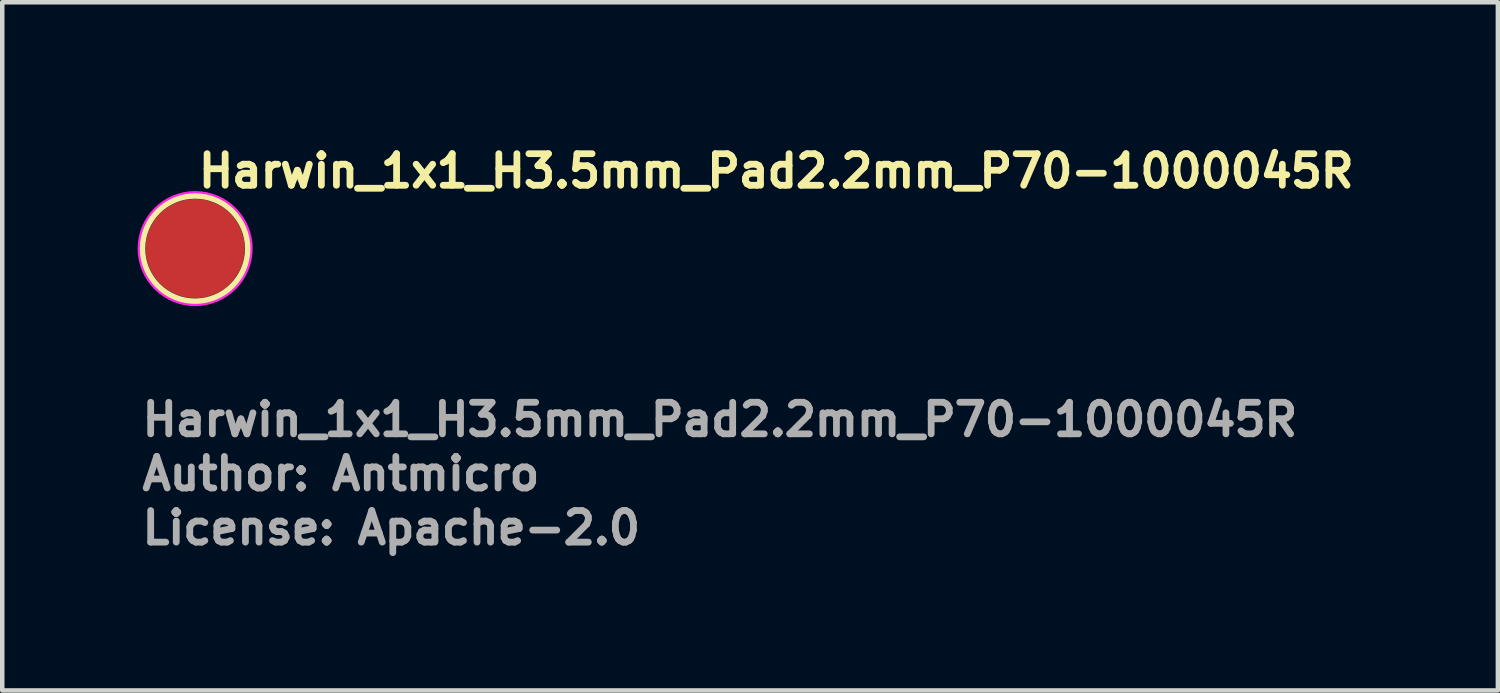
<source format=kicad_pcb>
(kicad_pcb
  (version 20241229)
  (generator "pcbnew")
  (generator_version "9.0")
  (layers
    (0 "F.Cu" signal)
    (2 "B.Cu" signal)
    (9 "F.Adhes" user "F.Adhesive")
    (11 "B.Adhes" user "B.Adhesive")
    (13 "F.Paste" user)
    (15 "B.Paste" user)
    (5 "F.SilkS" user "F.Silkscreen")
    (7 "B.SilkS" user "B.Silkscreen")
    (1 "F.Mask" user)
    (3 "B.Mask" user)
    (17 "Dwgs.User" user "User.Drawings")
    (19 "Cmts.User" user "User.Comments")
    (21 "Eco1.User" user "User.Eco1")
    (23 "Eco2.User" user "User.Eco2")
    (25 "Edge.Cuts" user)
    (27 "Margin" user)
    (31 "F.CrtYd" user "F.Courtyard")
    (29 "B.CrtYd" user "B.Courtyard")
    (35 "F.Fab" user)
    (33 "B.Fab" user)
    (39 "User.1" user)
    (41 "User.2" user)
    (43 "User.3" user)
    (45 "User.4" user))
  (footprint "Harwin_1x1_H3.5mm_Pad2.2mm_P70-1000045R"
    (layer "F.Cu")
    (at 1.275 2.46)
    (property "Reference" "Harwin_1x1_H3.5mm_Pad2.2mm_P70-1000045R" (at 0 -1.31 0) (layer "F.SilkS") (effects (font (size 0.7 0.7) (thickness 0.15)) (justify left bottom)))
    (attr smd)
    (fp_circle (center 0 0) (end 1.18 0) (stroke (width 0.15) (type solid)) (fill no) (layer "F.SilkS"))
    (fp_circle (center 0 0) (end 0 -1.25) (stroke (width 0.05) (type solid)) (fill no) (layer "F.CrtYd"))
    (fp_rect (start -1 -1) (end 1 1) (stroke (width 0.1) (type solid)) (fill no) (layer "User.5"))
    (fp_line (start -0.996 -0.087) (end -1 0) (stroke (width 0.02) (type solid)) (layer "User.9"))
    (fp_line (start -0.996 0.087) (end -1 0) (stroke (width 0.02) (type solid)) (layer "User.9"))
    (fp_line (start -0.985 -0.174) (end -0.996 -0.087) (stroke (width 0.02) (type solid)) (layer "User.9"))
    (fp_line (start -0.985 0.174) (end -0.996 0.087) (stroke (width 0.02) (type solid)) (layer "User.9"))
    (fp_line (start -0.966 -0.259) (end -0.985 -0.174) (stroke (width 0.02) (type solid)) (layer "User.9"))
    (fp_line (start -0.966 0.259) (end -0.985 0.174) (stroke (width 0.02) (type solid)) (layer "User.9"))
    (fp_line (start -0.94 -0.342) (end -0.966 -0.259) (stroke (width 0.02) (type solid)) (layer "User.9"))
    (fp_line (start -0.94 0.342) (end -0.966 0.259) (stroke (width 0.02) (type solid)) (layer "User.9"))
    (fp_line (start -0.906 -0.423) (end -0.94 -0.342) (stroke (width 0.02) (type solid)) (layer "User.9"))
    (fp_line (start -0.906 0.423) (end -0.94 0.342) (stroke (width 0.02) (type solid)) (layer "User.9"))
    (fp_line (start -0.866 -0.5) (end -0.906 -0.423) (stroke (width 0.02) (type solid)) (layer "User.9"))
    (fp_line (start -0.866 0.5) (end -0.906 0.423) (stroke (width 0.02) (type solid)) (layer "User.9"))
    (fp_line (start -0.819 -0.574) (end -0.866 -0.5) (stroke (width 0.02) (type solid)) (layer "User.9"))
    (fp_line (start -0.819 0.574) (end -0.866 0.5) (stroke (width 0.02) (type solid)) (layer "User.9"))
    (fp_line (start -0.796 -0.078) (end -0.8 0) (stroke (width 0.02) (type solid)) (layer "User.9"))
    (fp_line (start -0.796 0.078) (end -0.8 0) (stroke (width 0.02) (type solid)) (layer "User.9"))
    (fp_line (start -0.785 -0.156) (end -0.796 -0.078) (stroke (width 0.02) (type solid)) (layer "User.9"))
    (fp_line (start -0.785 0.156) (end -0.796 0.078) (stroke (width 0.02) (type solid)) (layer "User.9"))
    (fp_line (start -0.766 -0.643) (end -0.819 -0.574) (stroke (width 0.02) (type solid)) (layer "User.9"))
    (fp_line (start -0.766 -0.232) (end -0.785 -0.156) (stroke (width 0.02) (type solid)) (layer "User.9"))
    (fp_line (start -0.766 0.232) (end -0.785 0.156) (stroke (width 0.02) (type solid)) (layer "User.9"))
    (fp_line (start -0.766 0.643) (end -0.819 0.574) (stroke (width 0.02) (type solid)) (layer "User.9"))
    (fp_line (start -0.746 -0.076) (end -0.75 0) (stroke (width 0.02) (type solid)) (layer "User.9"))
    (fp_line (start -0.746 -0.076) (end -0.75 0) (stroke (width 0.02) (type solid)) (layer "User.9"))
    (fp_line (start -0.746 0.076) (end -0.75 0) (stroke (width 0.02) (type solid)) (layer "User.9"))
    (fp_line (start -0.746 0.076) (end -0.75 0) (stroke (width 0.02) (type solid)) (layer "User.9"))
    (fp_line (start -0.739 -0.306) (end -0.766 -0.232) (stroke (width 0.02) (type solid)) (layer "User.9"))
    (fp_line (start -0.739 0.306) (end -0.766 0.232) (stroke (width 0.02) (type solid)) (layer "User.9"))
    (fp_line (start -0.735 -0.151) (end -0.746 -0.076) (stroke (width 0.02) (type solid)) (layer "User.9"))
    (fp_line (start -0.735 -0.151) (end -0.746 -0.076) (stroke (width 0.02) (type solid)) (layer "User.9"))
    (fp_line (start -0.735 0.151) (end -0.746 0.076) (stroke (width 0.02) (type solid)) (layer "User.9"))
    (fp_line (start -0.735 0.151) (end -0.746 0.076) (stroke (width 0.02) (type solid)) (layer "User.9"))
    (fp_line (start -0.716 -0.225) (end -0.735 -0.151) (stroke (width 0.02) (type solid)) (layer "User.9"))
    (fp_line (start -0.716 -0.225) (end -0.735 -0.151) (stroke (width 0.02) (type solid)) (layer "User.9"))
    (fp_line (start -0.716 0.225) (end -0.735 0.151) (stroke (width 0.02) (type solid)) (layer "User.9"))
    (fp_line (start -0.716 0.225) (end -0.735 0.151) (stroke (width 0.02) (type solid)) (layer "User.9"))
    (fp_line (start -0.707 -0.707) (end -0.766 -0.643) (stroke (width 0.02) (type solid)) (layer "User.9"))
    (fp_line (start -0.707 0.707) (end -0.766 0.643) (stroke (width 0.02) (type solid)) (layer "User.9"))
    (fp_line (start -0.706 -0.377) (end -0.739 -0.306) (stroke (width 0.02) (type solid)) (layer "User.9"))
    (fp_line (start -0.706 0.377) (end -0.739 0.306) (stroke (width 0.02) (type solid)) (layer "User.9"))
    (fp_line (start -0.689 -0.296) (end -0.716 -0.225) (stroke (width 0.02) (type solid)) (layer "User.9"))
    (fp_line (start -0.689 -0.296) (end -0.716 -0.225) (stroke (width 0.02) (type solid)) (layer "User.9"))
    (fp_line (start -0.689 0.296) (end -0.716 0.225) (stroke (width 0.02) (type solid)) (layer "User.9"))
    (fp_line (start -0.689 0.296) (end -0.716 0.225) (stroke (width 0.02) (type solid)) (layer "User.9"))
    (fp_line (start -0.665 -0.444) (end -0.706 -0.377) (stroke (width 0.02) (type solid)) (layer "User.9"))
    (fp_line (start -0.665 0.444) (end -0.706 0.377) (stroke (width 0.02) (type solid)) (layer "User.9"))
    (fp_line (start -0.656 -0.364) (end -0.689 -0.296) (stroke (width 0.02) (type solid)) (layer "User.9"))
    (fp_line (start -0.656 -0.364) (end -0.689 -0.296) (stroke (width 0.02) (type solid)) (layer "User.9"))
    (fp_line (start -0.656 0.364) (end -0.689 0.296) (stroke (width 0.02) (type solid)) (layer "User.9"))
    (fp_line (start -0.656 0.364) (end -0.689 0.296) (stroke (width 0.02) (type solid)) (layer "User.9"))
    (fp_line (start -0.643 -0.766) (end -0.707 -0.707) (stroke (width 0.02) (type solid)) (layer "User.9"))
    (fp_line (start -0.643 0.766) (end -0.707 0.707) (stroke (width 0.02) (type solid)) (layer "User.9"))
    (fp_line (start -0.618 -0.508) (end -0.665 -0.444) (stroke (width 0.02) (type solid)) (layer "User.9"))
    (fp_line (start -0.618 0.508) (end -0.665 0.444) (stroke (width 0.02) (type solid)) (layer "User.9"))
    (fp_line (start -0.616 -0.428) (end -0.656 -0.364) (stroke (width 0.02) (type solid)) (layer "User.9"))
    (fp_line (start -0.616 -0.428) (end -0.656 -0.364) (stroke (width 0.02) (type solid)) (layer "User.9"))
    (fp_line (start -0.616 0.428) (end -0.656 0.364) (stroke (width 0.02) (type solid)) (layer "User.9"))
    (fp_line (start -0.616 0.428) (end -0.656 0.364) (stroke (width 0.02) (type solid)) (layer "User.9"))
    (fp_line (start -0.574 -0.819) (end -0.643 -0.766) (stroke (width 0.02) (type solid)) (layer "User.9"))
    (fp_line (start -0.574 0.819) (end -0.643 0.766) (stroke (width 0.02) (type solid)) (layer "User.9"))
    (fp_line (start -0.569 -0.489) (end -0.616 -0.428) (stroke (width 0.02) (type solid)) (layer "User.9"))
    (fp_line (start -0.569 -0.489) (end -0.616 -0.428) (stroke (width 0.02) (type solid)) (layer "User.9"))
    (fp_line (start -0.569 0.489) (end -0.616 0.428) (stroke (width 0.02) (type solid)) (layer "User.9"))
    (fp_line (start -0.569 0.489) (end -0.616 0.428) (stroke (width 0.02) (type solid)) (layer "User.9"))
    (fp_line (start -0.566 -0.566) (end -0.618 -0.508) (stroke (width 0.02) (type solid)) (layer "User.9"))
    (fp_line (start -0.566 0.566) (end -0.618 0.508) (stroke (width 0.02) (type solid)) (layer "User.9"))
    (fp_line (start -0.546 -0.064) (end -0.55 0) (stroke (width 0.02) (type solid)) (layer "User.9"))
    (fp_line (start -0.546 0.064) (end -0.55 0) (stroke (width 0.02) (type solid)) (layer "User.9"))
    (fp_line (start -0.535 -0.127) (end -0.546 -0.064) (stroke (width 0.02) (type solid)) (layer "User.9"))
    (fp_line (start -0.535 0.127) (end -0.546 0.064) (stroke (width 0.02) (type solid)) (layer "User.9"))
    (fp_line (start -0.517 -0.544) (end -0.569 -0.489) (stroke (width 0.02) (type solid)) (layer "User.9"))
    (fp_line (start -0.517 -0.544) (end -0.569 -0.489) (stroke (width 0.02) (type solid)) (layer "User.9"))
    (fp_line (start -0.517 -0.188) (end -0.535 -0.127) (stroke (width 0.02) (type solid)) (layer "User.9"))
    (fp_line (start -0.517 0.188) (end -0.535 0.127) (stroke (width 0.02) (type solid)) (layer "User.9"))
    (fp_line (start -0.517 0.544) (end -0.569 0.489) (stroke (width 0.02) (type solid)) (layer "User.9"))
    (fp_line (start -0.517 0.544) (end -0.569 0.489) (stroke (width 0.02) (type solid)) (layer "User.9"))
    (fp_line (start -0.508 -0.618) (end -0.566 -0.566) (stroke (width 0.02) (type solid)) (layer "User.9"))
    (fp_line (start -0.508 0.618) (end -0.566 0.566) (stroke (width 0.02) (type solid)) (layer "User.9"))
    (fp_line (start -0.5 -0.866) (end -0.574 -0.819) (stroke (width 0.02) (type solid)) (layer "User.9"))
    (fp_line (start -0.5 0.866) (end -0.574 0.819) (stroke (width 0.02) (type solid)) (layer "User.9"))
    (fp_line (start -0.491 -0.247) (end -0.517 -0.188) (stroke (width 0.02) (type solid)) (layer "User.9"))
    (fp_line (start -0.491 0.247) (end -0.517 0.188) (stroke (width 0.02) (type solid)) (layer "User.9"))
    (fp_line (start -0.46 -0.302) (end -0.491 -0.247) (stroke (width 0.02) (type solid)) (layer "User.9"))
    (fp_line (start -0.46 0.302) (end -0.491 0.247) (stroke (width 0.02) (type solid)) (layer "User.9"))
    (fp_line (start -0.459 -0.593) (end -0.517 -0.544) (stroke (width 0.02) (type solid)) (layer "User.9"))
    (fp_line (start -0.459 -0.593) (end -0.517 -0.544) (stroke (width 0.02) (type solid)) (layer "User.9"))
    (fp_line (start -0.459 0.593) (end -0.517 0.544) (stroke (width 0.02) (type solid)) (layer "User.9"))
    (fp_line (start -0.459 0.593) (end -0.517 0.544) (stroke (width 0.02) (type solid)) (layer "User.9"))
    (fp_line (start -0.446 -0.059) (end -0.45 0) (stroke (width 0.02) (type solid)) (layer "User.9"))
    (fp_line (start -0.446 -0.059) (end -0.45 0) (stroke (width 0.02) (type solid)) (layer "User.9"))
    (fp_line (start -0.446 0.059) (end -0.45 0) (stroke (width 0.02) (type solid)) (layer "User.9"))
    (fp_line (start -0.446 0.059) (end -0.45 0) (stroke (width 0.02) (type solid)) (layer "User.9"))
    (fp_line (start -0.444 -0.665) (end -0.508 -0.618) (stroke (width 0.02) (type solid)) (layer "User.9"))
    (fp_line (start -0.444 0.665) (end -0.508 0.618) (stroke (width 0.02) (type solid)) (layer "User.9"))
    (fp_line (start -0.435 -0.116) (end -0.446 -0.059) (stroke (width 0.02) (type solid)) (layer "User.9"))
    (fp_line (start -0.435 -0.116) (end -0.446 -0.059) (stroke (width 0.02) (type solid)) (layer "User.9"))
    (fp_line (start -0.435 0.116) (end -0.446 0.059) (stroke (width 0.02) (type solid)) (layer "User.9"))
    (fp_line (start -0.435 0.116) (end -0.446 0.059) (stroke (width 0.02) (type solid)) (layer "User.9"))
    (fp_line (start -0.423 -0.906) (end -0.5 -0.866) (stroke (width 0.02) (type solid)) (layer "User.9"))
    (fp_line (start -0.423 0.906) (end -0.5 0.866) (stroke (width 0.02) (type solid)) (layer "User.9"))
    (fp_line (start -0.421 -0.354) (end -0.46 -0.302) (stroke (width 0.02) (type solid)) (layer "User.9"))
    (fp_line (start -0.421 0.354) (end -0.46 0.302) (stroke (width 0.02) (type solid)) (layer "User.9"))
    (fp_line (start -0.416 -0.172) (end -0.435 -0.116) (stroke (width 0.02) (type solid)) (layer "User.9"))
    (fp_line (start -0.416 -0.172) (end -0.435 -0.116) (stroke (width 0.02) (type solid)) (layer "User.9"))
    (fp_line (start -0.416 0.172) (end -0.435 0.116) (stroke (width 0.02) (type solid)) (layer "User.9"))
    (fp_line (start -0.416 0.172) (end -0.435 0.116) (stroke (width 0.02) (type solid)) (layer "User.9"))
    (fp_line (start -0.397 -0.636) (end -0.459 -0.593) (stroke (width 0.02) (type solid)) (layer "User.9"))
    (fp_line (start -0.397 -0.636) (end -0.459 -0.593) (stroke (width 0.02) (type solid)) (layer "User.9"))
    (fp_line (start -0.397 0.636) (end -0.459 0.593) (stroke (width 0.02) (type solid)) (layer "User.9"))
    (fp_line (start -0.397 0.636) (end -0.459 0.593) (stroke (width 0.02) (type solid)) (layer "User.9"))
    (fp_line (start -0.39 -0.225) (end -0.416 -0.172) (stroke (width 0.02) (type solid)) (layer "User.9"))
    (fp_line (start -0.39 -0.225) (end -0.416 -0.172) (stroke (width 0.02) (type solid)) (layer "User.9"))
    (fp_line (start -0.39 0.225) (end -0.416 0.172) (stroke (width 0.02) (type solid)) (layer "User.9"))
    (fp_line (start -0.39 0.225) (end -0.416 0.172) (stroke (width 0.02) (type solid)) (layer "User.9"))
    (fp_line (start -0.377 -0.706) (end -0.444 -0.665) (stroke (width 0.02) (type solid)) (layer "User.9"))
    (fp_line (start -0.377 -0.4) (end -0.421 -0.354) (stroke (width 0.02) (type solid)) (layer "User.9"))
    (fp_line (start -0.377 0.4) (end -0.421 0.354) (stroke (width 0.02) (type solid)) (layer "User.9"))
    (fp_line (start -0.377 0.706) (end -0.444 0.665) (stroke (width 0.02) (type solid)) (layer "User.9"))
    (fp_line (start -0.357 -0.274) (end -0.39 -0.225) (stroke (width 0.02) (type solid)) (layer "User.9"))
    (fp_line (start -0.357 -0.274) (end -0.39 -0.225) (stroke (width 0.02) (type solid)) (layer "User.9"))
    (fp_line (start -0.357 0.274) (end -0.39 0.225) (stroke (width 0.02) (type solid)) (layer "User.9"))
    (fp_line (start -0.357 0.274) (end -0.39 0.225) (stroke (width 0.02) (type solid)) (layer "User.9"))
    (fp_line (start -0.342 -0.94) (end -0.423 -0.906) (stroke (width 0.02) (type solid)) (layer "User.9"))
    (fp_line (start -0.342 0.94) (end -0.423 0.906) (stroke (width 0.02) (type solid)) (layer "User.9"))
    (fp_line (start -0.33 -0.673) (end -0.397 -0.636) (stroke (width 0.02) (type solid)) (layer "User.9"))
    (fp_line (start -0.33 -0.673) (end -0.397 -0.636) (stroke (width 0.02) (type solid)) (layer "User.9"))
    (fp_line (start -0.33 0.673) (end -0.397 0.636) (stroke (width 0.02) (type solid)) (layer "User.9"))
    (fp_line (start -0.33 0.673) (end -0.397 0.636) (stroke (width 0.02) (type solid)) (layer "User.9"))
    (fp_line (start -0.328 -0.441) (end -0.377 -0.4) (stroke (width 0.02) (type solid)) (layer "User.9"))
    (fp_line (start -0.328 0.441) (end -0.377 0.4) (stroke (width 0.02) (type solid)) (layer "User.9"))
    (fp_line (start -0.318 -0.318) (end -0.357 -0.274) (stroke (width 0.02) (type solid)) (layer "User.9"))
    (fp_line (start -0.318 -0.318) (end -0.357 -0.274) (stroke (width 0.02) (type solid)) (layer "User.9"))
    (fp_line (start -0.318 0.318) (end -0.357 0.274) (stroke (width 0.02) (type solid)) (layer "User.9"))
    (fp_line (start -0.318 0.318) (end -0.357 0.274) (stroke (width 0.02) (type solid)) (layer "User.9"))
    (fp_line (start -0.306 -0.739) (end -0.377 -0.706) (stroke (width 0.02) (type solid)) (layer "User.9"))
    (fp_line (start -0.306 0.739) (end -0.377 0.706) (stroke (width 0.02) (type solid)) (layer "User.9"))
    (fp_line (start -0.275 -0.476) (end -0.328 -0.441) (stroke (width 0.02) (type solid)) (layer "User.9"))
    (fp_line (start -0.275 0.476) (end -0.328 0.441) (stroke (width 0.02) (type solid)) (layer "User.9"))
    (fp_line (start -0.274 -0.357) (end -0.318 -0.318) (stroke (width 0.02) (type solid)) (layer "User.9"))
    (fp_line (start -0.274 -0.357) (end -0.318 -0.318) (stroke (width 0.02) (type solid)) (layer "User.9"))
    (fp_line (start -0.274 0.357) (end -0.318 0.318) (stroke (width 0.02) (type solid)) (layer "User.9"))
    (fp_line (start -0.274 0.357) (end -0.318 0.318) (stroke (width 0.02) (type solid)) (layer "User.9"))
    (fp_line (start -0.26 -0.703) (end -0.33 -0.673) (stroke (width 0.02) (type solid)) (layer "User.9"))
    (fp_line (start -0.26 -0.703) (end -0.33 -0.673) (stroke (width 0.02) (type solid)) (layer "User.9"))
    (fp_line (start -0.26 0.703) (end -0.33 0.673) (stroke (width 0.02) (type solid)) (layer "User.9"))
    (fp_line (start -0.26 0.703) (end -0.33 0.673) (stroke (width 0.02) (type solid)) (layer "User.9"))
    (fp_line (start -0.259 -0.966) (end -0.342 -0.94) (stroke (width 0.02) (type solid)) (layer "User.9"))
    (fp_line (start -0.259 0.966) (end -0.342 0.94) (stroke (width 0.02) (type solid)) (layer "User.9"))
    (fp_line (start -0.232 -0.766) (end -0.306 -0.739) (stroke (width 0.02) (type solid)) (layer "User.9"))
    (fp_line (start -0.232 0.766) (end -0.306 0.739) (stroke (width 0.02) (type solid)) (layer "User.9"))
    (fp_line (start -0.225 -0.39) (end -0.274 -0.357) (stroke (width 0.02) (type solid)) (layer "User.9"))
    (fp_line (start -0.225 -0.39) (end -0.274 -0.357) (stroke (width 0.02) (type solid)) (layer "User.9"))
    (fp_line (start -0.225 0.39) (end -0.274 0.357) (stroke (width 0.02) (type solid)) (layer "User.9"))
    (fp_line (start -0.225 0.39) (end -0.274 0.357) (stroke (width 0.02) (type solid)) (layer "User.9"))
    (fp_line (start -0.218 -0.505) (end -0.275 -0.476) (stroke (width 0.02) (type solid)) (layer "User.9"))
    (fp_line (start -0.218 0.505) (end -0.275 0.476) (stroke (width 0.02) (type solid)) (layer "User.9"))
    (fp_line (start -0.188 -0.726) (end -0.26 -0.703) (stroke (width 0.02) (type solid)) (layer "User.9"))
    (fp_line (start -0.188 -0.726) (end -0.26 -0.703) (stroke (width 0.02) (type solid)) (layer "User.9"))
    (fp_line (start -0.188 0.726) (end -0.26 0.703) (stroke (width 0.02) (type solid)) (layer "User.9"))
    (fp_line (start -0.188 0.726) (end -0.26 0.703) (stroke (width 0.02) (type solid)) (layer "User.9"))
    (fp_line (start -0.174 -0.985) (end -0.259 -0.966) (stroke (width 0.02) (type solid)) (layer "User.9"))
    (fp_line (start -0.174 0.985) (end -0.259 0.966) (stroke (width 0.02) (type solid)) (layer "User.9"))
    (fp_line (start -0.172 -0.416) (end -0.225 -0.39) (stroke (width 0.02) (type solid)) (layer "User.9"))
    (fp_line (start -0.172 -0.416) (end -0.225 -0.39) (stroke (width 0.02) (type solid)) (layer "User.9"))
    (fp_line (start -0.172 0.416) (end -0.225 0.39) (stroke (width 0.02) (type solid)) (layer "User.9"))
    (fp_line (start -0.172 0.416) (end -0.225 0.39) (stroke (width 0.02) (type solid)) (layer "User.9"))
    (fp_line (start -0.158 -0.527) (end -0.218 -0.505) (stroke (width 0.02) (type solid)) (layer "User.9"))
    (fp_line (start -0.158 0.527) (end -0.218 0.505) (stroke (width 0.02) (type solid)) (layer "User.9"))
    (fp_line (start -0.156 -0.785) (end -0.232 -0.766) (stroke (width 0.02) (type solid)) (layer "User.9"))
    (fp_line (start -0.156 0.785) (end -0.232 0.766) (stroke (width 0.02) (type solid)) (layer "User.9"))
    (fp_line (start -0.116 -0.435) (end -0.172 -0.416) (stroke (width 0.02) (type solid)) (layer "User.9"))
    (fp_line (start -0.116 -0.435) (end -0.172 -0.416) (stroke (width 0.02) (type solid)) (layer "User.9"))
    (fp_line (start -0.116 0.435) (end -0.172 0.416) (stroke (width 0.02) (type solid)) (layer "User.9"))
    (fp_line (start -0.116 0.435) (end -0.172 0.416) (stroke (width 0.02) (type solid)) (layer "User.9"))
    (fp_line (start -0.114 -0.741) (end -0.188 -0.726) (stroke (width 0.02) (type solid)) (layer "User.9"))
    (fp_line (start -0.114 -0.741) (end -0.188 -0.726) (stroke (width 0.02) (type solid)) (layer "User.9"))
    (fp_line (start -0.114 0.741) (end -0.188 0.726) (stroke (width 0.02) (type solid)) (layer "User.9"))
    (fp_line (start -0.114 0.741) (end -0.188 0.726) (stroke (width 0.02) (type solid)) (layer "User.9"))
    (fp_line (start -0.096 -0.542) (end -0.158 -0.527) (stroke (width 0.02) (type solid)) (layer "User.9"))
    (fp_line (start -0.096 0.542) (end -0.158 0.527) (stroke (width 0.02) (type solid)) (layer "User.9"))
    (fp_line (start -0.087 -0.996) (end -0.174 -0.985) (stroke (width 0.02) (type solid)) (layer "User.9"))
    (fp_line (start -0.087 0.996) (end -0.174 0.985) (stroke (width 0.02) (type solid)) (layer "User.9"))
    (fp_line (start -0.078 -0.796) (end -0.156 -0.785) (stroke (width 0.02) (type solid)) (layer "User.9"))
    (fp_line (start -0.078 0.796) (end -0.156 0.785) (stroke (width 0.02) (type solid)) (layer "User.9"))
    (fp_line (start -0.059 -0.446) (end -0.116 -0.435) (stroke (width 0.02) (type solid)) (layer "User.9"))
    (fp_line (start -0.059 -0.446) (end -0.116 -0.435) (stroke (width 0.02) (type solid)) (layer "User.9"))
    (fp_line (start -0.059 0.446) (end -0.116 0.435) (stroke (width 0.02) (type solid)) (layer "User.9"))
    (fp_line (start -0.059 0.446) (end -0.116 0.435) (stroke (width 0.02) (type solid)) (layer "User.9"))
    (fp_line (start -0.038 -0.749) (end -0.114 -0.741) (stroke (width 0.02) (type solid)) (layer "User.9"))
    (fp_line (start -0.038 -0.749) (end -0.114 -0.741) (stroke (width 0.02) (type solid)) (layer "User.9"))
    (fp_line (start -0.038 0.749) (end -0.114 0.741) (stroke (width 0.02) (type solid)) (layer "User.9"))
    (fp_line (start -0.038 0.749) (end -0.114 0.741) (stroke (width 0.02) (type solid)) (layer "User.9"))
    (fp_line (start -0.032 -0.549) (end -0.096 -0.542) (stroke (width 0.02) (type solid)) (layer "User.9"))
    (fp_line (start -0.032 0.549) (end -0.096 0.542) (stroke (width 0.02) (type solid)) (layer "User.9"))
    (fp_line (start 0 -1) (end -0.087 -0.996) (stroke (width 0.02) (type solid)) (layer "User.9"))
    (fp_line (start 0 -0.8) (end -0.078 -0.796) (stroke (width 0.02) (type solid)) (layer "User.9"))
    (fp_line (start 0 -0.45) (end -0.059 -0.446) (stroke (width 0.02) (type solid)) (layer "User.9"))
    (fp_line (start 0 -0.45) (end -0.059 -0.446) (stroke (width 0.02) (type solid)) (layer "User.9"))
    (fp_line (start 0 0.45) (end -0.059 0.446) (stroke (width 0.02) (type solid)) (layer "User.9"))
    (fp_line (start 0 0.45) (end -0.059 0.446) (stroke (width 0.02) (type solid)) (layer "User.9"))
    (fp_line (start 0 0.8) (end -0.078 0.796) (stroke (width 0.02) (type solid)) (layer "User.9"))
    (fp_line (start 0 1) (end -0.087 0.996) (stroke (width 0.02) (type solid)) (layer "User.9"))
    (fp_line (start 0.032 -0.549) (end -0.032 -0.549) (stroke (width 0.02) (type solid)) (layer "User.9"))
    (fp_line (start 0.032 0.549) (end -0.032 0.549) (stroke (width 0.02) (type solid)) (layer "User.9"))
    (fp_line (start 0.038 -0.749) (end -0.038 -0.749) (stroke (width 0.02) (type solid)) (layer "User.9"))
    (fp_line (start 0.038 -0.749) (end -0.038 -0.749) (stroke (width 0.02) (type solid)) (layer "User.9"))
    (fp_line (start 0.038 0.749) (end -0.038 0.749) (stroke (width 0.02) (type solid)) (layer "User.9"))
    (fp_line (start 0.038 0.749) (end -0.038 0.749) (stroke (width 0.02) (type solid)) (layer "User.9"))
    (fp_line (start 0.059 -0.446) (end 0 -0.45) (stroke (width 0.02) (type solid)) (layer "User.9"))
    (fp_line (start 0.059 -0.446) (end 0 -0.45) (stroke (width 0.02) (type solid)) (layer "User.9"))
    (fp_line (start 0.059 0.446) (end 0 0.45) (stroke (width 0.02) (type solid)) (layer "User.9"))
    (fp_line (start 0.059 0.446) (end 0 0.45) (stroke (width 0.02) (type solid)) (layer "User.9"))
    (fp_line (start 0.078 -0.796) (end 0 -0.8) (stroke (width 0.02) (type solid)) (layer "User.9"))
    (fp_line (start 0.078 0.796) (end 0 0.8) (stroke (width 0.02) (type solid)) (layer "User.9"))
    (fp_line (start 0.087 -0.996) (end 0 -1) (stroke (width 0.02) (type solid)) (layer "User.9"))
    (fp_line (start 0.087 0.996) (end 0 1) (stroke (width 0.02) (type solid)) (layer "User.9"))
    (fp_line (start 0.096 -0.542) (end 0.032 -0.549) (stroke (width 0.02) (type solid)) (layer "User.9"))
    (fp_line (start 0.096 0.542) (end 0.032 0.549) (stroke (width 0.02) (type solid)) (layer "User.9"))
    (fp_line (start 0.114 -0.741) (end 0.038 -0.749) (stroke (width 0.02) (type solid)) (layer "User.9"))
    (fp_line (start 0.114 -0.741) (end 0.038 -0.749) (stroke (width 0.02) (type solid)) (layer "User.9"))
    (fp_line (start 0.114 0.741) (end 0.038 0.749) (stroke (width 0.02) (type solid)) (layer "User.9"))
    (fp_line (start 0.114 0.741) (end 0.038 0.749) (stroke (width 0.02) (type solid)) (layer "User.9"))
    (fp_line (start 0.116 -0.435) (end 0.059 -0.446) (stroke (width 0.02) (type solid)) (layer "User.9"))
    (fp_line (start 0.116 -0.435) (end 0.059 -0.446) (stroke (width 0.02) (type solid)) (layer "User.9"))
    (fp_line (start 0.116 0.435) (end 0.059 0.446) (stroke (width 0.02) (type solid)) (layer "User.9"))
    (fp_line (start 0.116 0.435) (end 0.059 0.446) (stroke (width 0.02) (type solid)) (layer "User.9"))
    (fp_line (start 0.156 -0.785) (end 0.078 -0.796) (stroke (width 0.02) (type solid)) (layer "User.9"))
    (fp_line (start 0.156 0.785) (end 0.078 0.796) (stroke (width 0.02) (type solid)) (layer "User.9"))
    (fp_line (start 0.158 -0.527) (end 0.096 -0.542) (stroke (width 0.02) (type solid)) (layer "User.9"))
    (fp_line (start 0.158 0.527) (end 0.096 0.542) (stroke (width 0.02) (type solid)) (layer "User.9"))
    (fp_line (start 0.172 -0.416) (end 0.116 -0.435) (stroke (width 0.02) (type solid)) (layer "User.9"))
    (fp_line (start 0.172 -0.416) (end 0.116 -0.435) (stroke (width 0.02) (type solid)) (layer "User.9"))
    (fp_line (start 0.172 0.416) (end 0.116 0.435) (stroke (width 0.02) (type solid)) (layer "User.9"))
    (fp_line (start 0.172 0.416) (end 0.116 0.435) (stroke (width 0.02) (type solid)) (layer "User.9"))
    (fp_line (start 0.174 -0.985) (end 0.087 -0.996) (stroke (width 0.02) (type solid)) (layer "User.9"))
    (fp_line (start 0.174 0.985) (end 0.087 0.996) (stroke (width 0.02) (type solid)) (layer "User.9"))
    (fp_line (start 0.188 -0.726) (end 0.114 -0.741) (stroke (width 0.02) (type solid)) (layer "User.9"))
    (fp_line (start 0.188 -0.726) (end 0.114 -0.741) (stroke (width 0.02) (type solid)) (layer "User.9"))
    (fp_line (start 0.188 0.726) (end 0.114 0.741) (stroke (width 0.02) (type solid)) (layer "User.9"))
    (fp_line (start 0.188 0.726) (end 0.114 0.741) (stroke (width 0.02) (type solid)) (layer "User.9"))
    (fp_line (start 0.218 -0.505) (end 0.158 -0.527) (stroke (width 0.02) (type solid)) (layer "User.9"))
    (fp_line (start 0.218 0.505) (end 0.158 0.527) (stroke (width 0.02) (type solid)) (layer "User.9"))
    (fp_line (start 0.225 -0.39) (end 0.172 -0.416) (stroke (width 0.02) (type solid)) (layer "User.9"))
    (fp_line (start 0.225 -0.39) (end 0.172 -0.416) (stroke (width 0.02) (type solid)) (layer "User.9"))
    (fp_line (start 0.225 0.39) (end 0.172 0.416) (stroke (width 0.02) (type solid)) (layer "User.9"))
    (fp_line (start 0.225 0.39) (end 0.172 0.416) (stroke (width 0.02) (type solid)) (layer "User.9"))
    (fp_line (start 0.232 -0.766) (end 0.156 -0.785) (stroke (width 0.02) (type solid)) (layer "User.9"))
    (fp_line (start 0.232 0.766) (end 0.156 0.785) (stroke (width 0.02) (type solid)) (layer "User.9"))
    (fp_line (start 0.259 -0.966) (end 0.174 -0.985) (stroke (width 0.02) (type solid)) (layer "User.9"))
    (fp_line (start 0.259 0.966) (end 0.174 0.985) (stroke (width 0.02) (type solid)) (layer "User.9"))
    (fp_line (start 0.26 -0.703) (end 0.188 -0.726) (stroke (width 0.02) (type solid)) (layer "User.9"))
    (fp_line (start 0.26 -0.703) (end 0.188 -0.726) (stroke (width 0.02) (type solid)) (layer "User.9"))
    (fp_line (start 0.26 0.703) (end 0.188 0.726) (stroke (width 0.02) (type solid)) (layer "User.9"))
    (fp_line (start 0.26 0.703) (end 0.188 0.726) (stroke (width 0.02) (type solid)) (layer "User.9"))
    (fp_line (start 0.274 -0.357) (end 0.225 -0.39) (stroke (width 0.02) (type solid)) (layer "User.9"))
    (fp_line (start 0.274 -0.357) (end 0.225 -0.39) (stroke (width 0.02) (type solid)) (layer "User.9"))
    (fp_line (start 0.274 0.357) (end 0.225 0.39) (stroke (width 0.02) (type solid)) (layer "User.9"))
    (fp_line (start 0.274 0.357) (end 0.225 0.39) (stroke (width 0.02) (type solid)) (layer "User.9"))
    (fp_line (start 0.275 -0.476) (end 0.218 -0.505) (stroke (width 0.02) (type solid)) (layer "User.9"))
    (fp_line (start 0.275 0.476) (end 0.218 0.505) (stroke (width 0.02) (type solid)) (layer "User.9"))
    (fp_line (start 0.306 -0.739) (end 0.232 -0.766) (stroke (width 0.02) (type solid)) (layer "User.9"))
    (fp_line (start 0.306 0.739) (end 0.232 0.766) (stroke (width 0.02) (type solid)) (layer "User.9"))
    (fp_line (start 0.318 -0.318) (end 0.274 -0.357) (stroke (width 0.02) (type solid)) (layer "User.9"))
    (fp_line (start 0.318 -0.318) (end 0.274 -0.357) (stroke (width 0.02) (type solid)) (layer "User.9"))
    (fp_line (start 0.318 0.318) (end 0.274 0.357) (stroke (width 0.02) (type solid)) (layer "User.9"))
    (fp_line (start 0.318 0.318) (end 0.274 0.357) (stroke (width 0.02) (type solid)) (layer "User.9"))
    (fp_line (start 0.328 -0.441) (end 0.275 -0.476) (stroke (width 0.02) (type solid)) (layer "User.9"))
    (fp_line (start 0.328 0.441) (end 0.275 0.476) (stroke (width 0.02) (type solid)) (layer "User.9"))
    (fp_line (start 0.33 -0.673) (end 0.26 -0.703) (stroke (width 0.02) (type solid)) (layer "User.9"))
    (fp_line (start 0.33 -0.673) (end 0.26 -0.703) (stroke (width 0.02) (type solid)) (layer "User.9"))
    (fp_line (start 0.33 0.673) (end 0.26 0.703) (stroke (width 0.02) (type solid)) (layer "User.9"))
    (fp_line (start 0.33 0.673) (end 0.26 0.703) (stroke (width 0.02) (type solid)) (layer "User.9"))
    (fp_line (start 0.342 -0.94) (end 0.259 -0.966) (stroke (width 0.02) (type solid)) (layer "User.9"))
    (fp_line (start 0.342 0.94) (end 0.259 0.966) (stroke (width 0.02) (type solid)) (layer "User.9"))
    (fp_line (start 0.357 -0.274) (end 0.318 -0.318) (stroke (width 0.02) (type solid)) (layer "User.9"))
    (fp_line (start 0.357 -0.274) (end 0.318 -0.318) (stroke (width 0.02) (type solid)) (layer "User.9"))
    (fp_line (start 0.357 0.274) (end 0.318 0.318) (stroke (width 0.02) (type solid)) (layer "User.9"))
    (fp_line (start 0.357 0.274) (end 0.318 0.318) (stroke (width 0.02) (type solid)) (layer "User.9"))
    (fp_line (start 0.377 -0.706) (end 0.306 -0.739) (stroke (width 0.02) (type solid)) (layer "User.9"))
    (fp_line (start 0.377 -0.4) (end 0.328 -0.441) (stroke (width 0.02) (type solid)) (layer "User.9"))
    (fp_line (start 0.377 0.4) (end 0.328 0.441) (stroke (width 0.02) (type solid)) (layer "User.9"))
    (fp_line (start 0.377 0.706) (end 0.306 0.739) (stroke (width 0.02) (type solid)) (layer "User.9"))
    (fp_line (start 0.39 -0.225) (end 0.357 -0.274) (stroke (width 0.02) (type solid)) (layer "User.9"))
    (fp_line (start 0.39 -0.225) (end 0.357 -0.274) (stroke (width 0.02) (type solid)) (layer "User.9"))
    (fp_line (start 0.39 0.225) (end 0.357 0.274) (stroke (width 0.02) (type solid)) (layer "User.9"))
    (fp_line (start 0.39 0.225) (end 0.357 0.274) (stroke (width 0.02) (type solid)) (layer "User.9"))
    (fp_line (start 0.397 -0.636) (end 0.33 -0.673) (stroke (width 0.02) (type solid)) (layer "User.9"))
    (fp_line (start 0.397 -0.636) (end 0.33 -0.673) (stroke (width 0.02) (type solid)) (layer "User.9"))
    (fp_line (start 0.397 0.636) (end 0.33 0.673) (stroke (width 0.02) (type solid)) (layer "User.9"))
    (fp_line (start 0.397 0.636) (end 0.33 0.673) (stroke (width 0.02) (type solid)) (layer "User.9"))
    (fp_line (start 0.416 -0.172) (end 0.39 -0.225) (stroke (width 0.02) (type solid)) (layer "User.9"))
    (fp_line (start 0.416 -0.172) (end 0.39 -0.225) (stroke (width 0.02) (type solid)) (layer "User.9"))
    (fp_line (start 0.416 0.172) (end 0.39 0.225) (stroke (width 0.02) (type solid)) (layer "User.9"))
    (fp_line (start 0.416 0.172) (end 0.39 0.225) (stroke (width 0.02) (type solid)) (layer "User.9"))
    (fp_line (start 0.421 -0.354) (end 0.377 -0.4) (stroke (width 0.02) (type solid)) (layer "User.9"))
    (fp_line (start 0.421 0.354) (end 0.377 0.4) (stroke (width 0.02) (type solid)) (layer "User.9"))
    (fp_line (start 0.423 -0.906) (end 0.342 -0.94) (stroke (width 0.02) (type solid)) (layer "User.9"))
    (fp_line (start 0.423 0.906) (end 0.342 0.94) (stroke (width 0.02) (type solid)) (layer "User.9"))
    (fp_line (start 0.435 -0.116) (end 0.416 -0.172) (stroke (width 0.02) (type solid)) (layer "User.9"))
    (fp_line (start 0.435 -0.116) (end 0.416 -0.172) (stroke (width 0.02) (type solid)) (layer "User.9"))
    (fp_line (start 0.435 0.116) (end 0.416 0.172) (stroke (width 0.02) (type solid)) (layer "User.9"))
    (fp_line (start 0.435 0.116) (end 0.416 0.172) (stroke (width 0.02) (type solid)) (layer "User.9"))
    (fp_line (start 0.444 -0.665) (end 0.377 -0.706) (stroke (width 0.02) (type solid)) (layer "User.9"))
    (fp_line (start 0.444 0.665) (end 0.377 0.706) (stroke (width 0.02) (type solid)) (layer "User.9"))
    (fp_line (start 0.446 -0.059) (end 0.435 -0.116) (stroke (width 0.02) (type solid)) (layer "User.9"))
    (fp_line (start 0.446 -0.059) (end 0.435 -0.116) (stroke (width 0.02) (type solid)) (layer "User.9"))
    (fp_line (start 0.446 0.059) (end 0.435 0.116) (stroke (width 0.02) (type solid)) (layer "User.9"))
    (fp_line (start 0.446 0.059) (end 0.435 0.116) (stroke (width 0.02) (type solid)) (layer "User.9"))
    (fp_line (start 0.45 0) (end 0.446 -0.059) (stroke (width 0.02) (type solid)) (layer "User.9"))
    (fp_line (start 0.45 0) (end 0.446 -0.059) (stroke (width 0.02) (type solid)) (layer "User.9"))
    (fp_line (start 0.45 0) (end 0.446 0.059) (stroke (width 0.02) (type solid)) (layer "User.9"))
    (fp_line (start 0.45 0) (end 0.446 0.059) (stroke (width 0.02) (type solid)) (layer "User.9"))
    (fp_line (start 0.459 -0.593) (end 0.397 -0.636) (stroke (width 0.02) (type solid)) (layer "User.9"))
    (fp_line (start 0.459 -0.593) (end 0.397 -0.636) (stroke (width 0.02) (type solid)) (layer "User.9"))
    (fp_line (start 0.459 0.593) (end 0.397 0.636) (stroke (width 0.02) (type solid)) (layer "User.9"))
    (fp_line (start 0.459 0.593) (end 0.397 0.636) (stroke (width 0.02) (type solid)) (layer "User.9"))
    (fp_line (start 0.46 -0.302) (end 0.421 -0.354) (stroke (width 0.02) (type solid)) (layer "User.9"))
    (fp_line (start 0.46 0.302) (end 0.421 0.354) (stroke (width 0.02) (type solid)) (layer "User.9"))
    (fp_line (start 0.491 -0.247) (end 0.46 -0.302) (stroke (width 0.02) (type solid)) (layer "User.9"))
    (fp_line (start 0.491 0.247) (end 0.46 0.302) (stroke (width 0.02) (type solid)) (layer "User.9"))
    (fp_line (start 0.5 -0.866) (end 0.423 -0.906) (stroke (width 0.02) (type solid)) (layer "User.9"))
    (fp_line (start 0.5 0.866) (end 0.423 0.906) (stroke (width 0.02) (type solid)) (layer "User.9"))
    (fp_line (start 0.508 -0.618) (end 0.444 -0.665) (stroke (width 0.02) (type solid)) (layer "User.9"))
    (fp_line (start 0.508 0.618) (end 0.444 0.665) (stroke (width 0.02) (type solid)) (layer "User.9"))
    (fp_line (start 0.517 -0.544) (end 0.459 -0.593) (stroke (width 0.02) (type solid)) (layer "User.9"))
    (fp_line (start 0.517 -0.544) (end 0.459 -0.593) (stroke (width 0.02) (type solid)) (layer "User.9"))
    (fp_line (start 0.517 -0.188) (end 0.491 -0.247) (stroke (width 0.02) (type solid)) (layer "User.9"))
    (fp_line (start 0.517 0.188) (end 0.491 0.247) (stroke (width 0.02) (type solid)) (layer "User.9"))
    (fp_line (start 0.517 0.544) (end 0.459 0.593) (stroke (width 0.02) (type solid)) (layer "User.9"))
    (fp_line (start 0.517 0.544) (end 0.459 0.593) (stroke (width 0.02) (type solid)) (layer "User.9"))
    (fp_line (start 0.535 -0.127) (end 0.517 -0.188) (stroke (width 0.02) (type solid)) (layer "User.9"))
    (fp_line (start 0.535 0.127) (end 0.517 0.188) (stroke (width 0.02) (type solid)) (layer "User.9"))
    (fp_line (start 0.546 -0.064) (end 0.535 -0.127) (stroke (width 0.02) (type solid)) (layer "User.9"))
    (fp_line (start 0.546 0.064) (end 0.535 0.127) (stroke (width 0.02) (type solid)) (layer "User.9"))
    (fp_line (start 0.55 0) (end 0.546 -0.064) (stroke (width 0.02) (type solid)) (layer "User.9"))
    (fp_line (start 0.55 0) (end 0.546 0.064) (stroke (width 0.02) (type solid)) (layer "User.9"))
    (fp_line (start 0.566 -0.566) (end 0.508 -0.618) (stroke (width 0.02) (type solid)) (layer "User.9"))
    (fp_line (start 0.566 0.566) (end 0.508 0.618) (stroke (width 0.02) (type solid)) (layer "User.9"))
    (fp_line (start 0.569 -0.489) (end 0.517 -0.544) (stroke (width 0.02) (type solid)) (layer "User.9"))
    (fp_line (start 0.569 -0.489) (end 0.517 -0.544) (stroke (width 0.02) (type solid)) (layer "User.9"))
    (fp_line (start 0.569 0.489) (end 0.517 0.544) (stroke (width 0.02) (type solid)) (layer "User.9"))
    (fp_line (start 0.569 0.489) (end 0.517 0.544) (stroke (width 0.02) (type solid)) (layer "User.9"))
    (fp_line (start 0.574 -0.819) (end 0.5 -0.866) (stroke (width 0.02) (type solid)) (layer "User.9"))
    (fp_line (start 0.574 0.819) (end 0.5 0.866) (stroke (width 0.02) (type solid)) (layer "User.9"))
    (fp_line (start 0.616 -0.428) (end 0.569 -0.489) (stroke (width 0.02) (type solid)) (layer "User.9"))
    (fp_line (start 0.616 -0.428) (end 0.569 -0.489) (stroke (width 0.02) (type solid)) (layer "User.9"))
    (fp_line (start 0.616 0.428) (end 0.569 0.489) (stroke (width 0.02) (type solid)) (layer "User.9"))
    (fp_line (start 0.616 0.428) (end 0.569 0.489) (stroke (width 0.02) (type solid)) (layer "User.9"))
    (fp_line (start 0.618 -0.508) (end 0.566 -0.566) (stroke (width 0.02) (type solid)) (layer "User.9"))
    (fp_line (start 0.618 0.508) (end 0.566 0.566) (stroke (width 0.02) (type solid)) (layer "User.9"))
    (fp_line (start 0.643 -0.766) (end 0.574 -0.819) (stroke (width 0.02) (type solid)) (layer "User.9"))
    (fp_line (start 0.643 0.766) (end 0.574 0.819) (stroke (width 0.02) (type solid)) (layer "User.9"))
    (fp_line (start 0.656 -0.364) (end 0.616 -0.428) (stroke (width 0.02) (type solid)) (layer "User.9"))
    (fp_line (start 0.656 -0.364) (end 0.616 -0.428) (stroke (width 0.02) (type solid)) (layer "User.9"))
    (fp_line (start 0.656 0.364) (end 0.616 0.428) (stroke (width 0.02) (type solid)) (layer "User.9"))
    (fp_line (start 0.656 0.364) (end 0.616 0.428) (stroke (width 0.02) (type solid)) (layer "User.9"))
    (fp_line (start 0.665 -0.444) (end 0.618 -0.508) (stroke (width 0.02) (type solid)) (layer "User.9"))
    (fp_line (start 0.665 0.444) (end 0.618 0.508) (stroke (width 0.02) (type solid)) (layer "User.9"))
    (fp_line (start 0.689 -0.296) (end 0.656 -0.364) (stroke (width 0.02) (type solid)) (layer "User.9"))
    (fp_line (start 0.689 -0.296) (end 0.656 -0.364) (stroke (width 0.02) (type solid)) (layer "User.9"))
    (fp_line (start 0.689 0.296) (end 0.656 0.364) (stroke (width 0.02) (type solid)) (layer "User.9"))
    (fp_line (start 0.689 0.296) (end 0.656 0.364) (stroke (width 0.02) (type solid)) (layer "User.9"))
    (fp_line (start 0.706 -0.377) (end 0.665 -0.444) (stroke (width 0.02) (type solid)) (layer "User.9"))
    (fp_line (start 0.706 0.377) (end 0.665 0.444) (stroke (width 0.02) (type solid)) (layer "User.9"))
    (fp_line (start 0.707 -0.707) (end 0.643 -0.766) (stroke (width 0.02) (type solid)) (layer "User.9"))
    (fp_line (start 0.707 0.707) (end 0.643 0.766) (stroke (width 0.02) (type solid)) (layer "User.9"))
    (fp_line (start 0.716 -0.225) (end 0.689 -0.296) (stroke (width 0.02) (type solid)) (layer "User.9"))
    (fp_line (start 0.716 -0.225) (end 0.689 -0.296) (stroke (width 0.02) (type solid)) (layer "User.9"))
    (fp_line (start 0.716 0.225) (end 0.689 0.296) (stroke (width 0.02) (type solid)) (layer "User.9"))
    (fp_line (start 0.716 0.225) (end 0.689 0.296) (stroke (width 0.02) (type solid)) (layer "User.9"))
    (fp_line (start 0.735 -0.151) (end 0.716 -0.225) (stroke (width 0.02) (type solid)) (layer "User.9"))
    (fp_line (start 0.735 -0.151) (end 0.716 -0.225) (stroke (width 0.02) (type solid)) (layer "User.9"))
    (fp_line (start 0.735 0.151) (end 0.716 0.225) (stroke (width 0.02) (type solid)) (layer "User.9"))
    (fp_line (start 0.735 0.151) (end 0.716 0.225) (stroke (width 0.02) (type solid)) (layer "User.9"))
    (fp_line (start 0.739 -0.306) (end 0.706 -0.377) (stroke (width 0.02) (type solid)) (layer "User.9"))
    (fp_line (start 0.739 0.306) (end 0.706 0.377) (stroke (width 0.02) (type solid)) (layer "User.9"))
    (fp_line (start 0.746 -0.076) (end 0.735 -0.151) (stroke (width 0.02) (type solid)) (layer "User.9"))
    (fp_line (start 0.746 -0.076) (end 0.735 -0.151) (stroke (width 0.02) (type solid)) (layer "User.9"))
    (fp_line (start 0.746 0.076) (end 0.735 0.151) (stroke (width 0.02) (type solid)) (layer "User.9"))
    (fp_line (start 0.746 0.076) (end 0.735 0.151) (stroke (width 0.02) (type solid)) (layer "User.9"))
    (fp_line (start 0.75 0) (end 0.746 -0.076) (stroke (width 0.02) (type solid)) (layer "User.9"))
    (fp_line (start 0.75 0) (end 0.746 -0.076) (stroke (width 0.02) (type solid)) (layer "User.9"))
    (fp_line (start 0.75 0) (end 0.746 0.076) (stroke (width 0.02) (type solid)) (layer "User.9"))
    (fp_line (start 0.75 0) (end 0.746 0.076) (stroke (width 0.02) (type solid)) (layer "User.9"))
    (fp_line (start 0.766 -0.643) (end 0.707 -0.707) (stroke (width 0.02) (type solid)) (layer "User.9"))
    (fp_line (start 0.766 -0.232) (end 0.739 -0.306) (stroke (width 0.02) (type solid)) (layer "User.9"))
    (fp_line (start 0.766 0.232) (end 0.739 0.306) (stroke (width 0.02) (type solid)) (layer "User.9"))
    (fp_line (start 0.766 0.643) (end 0.707 0.707) (stroke (width 0.02) (type solid)) (layer "User.9"))
    (fp_line (start 0.785 -0.156) (end 0.766 -0.232) (stroke (width 0.02) (type solid)) (layer "User.9"))
    (fp_line (start 0.785 0.156) (end 0.766 0.232) (stroke (width 0.02) (type solid)) (layer "User.9"))
    (fp_line (start 0.796 -0.078) (end 0.785 -0.156) (stroke (width 0.02) (type solid)) (layer "User.9"))
    (fp_line (start 0.796 0.078) (end 0.785 0.156) (stroke (width 0.02) (type solid)) (layer "User.9"))
    (fp_line (start 0.8 0) (end 0.796 -0.078) (stroke (width 0.02) (type solid)) (layer "User.9"))
    (fp_line (start 0.8 0) (end 0.796 0.078) (stroke (width 0.02) (type solid)) (layer "User.9"))
    (fp_line (start 0.819 -0.574) (end 0.766 -0.643) (stroke (width 0.02) (type solid)) (layer "User.9"))
    (fp_line (start 0.819 0.574) (end 0.766 0.643) (stroke (width 0.02) (type solid)) (layer "User.9"))
    (fp_line (start 0.866 -0.5) (end 0.819 -0.574) (stroke (width 0.02) (type solid)) (layer "User.9"))
    (fp_line (start 0.866 0.5) (end 0.819 0.574) (stroke (width 0.02) (type solid)) (layer "User.9"))
    (fp_line (start 0.906 -0.423) (end 0.866 -0.5) (stroke (width 0.02) (type solid)) (layer "User.9"))
    (fp_line (start 0.906 0.423) (end 0.866 0.5) (stroke (width 0.02) (type solid)) (layer "User.9"))
    (fp_line (start 0.94 -0.342) (end 0.906 -0.423) (stroke (width 0.02) (type solid)) (layer "User.9"))
    (fp_line (start 0.94 0.342) (end 0.906 0.423) (stroke (width 0.02) (type solid)) (layer "User.9"))
    (fp_line (start 0.966 -0.259) (end 0.94 -0.342) (stroke (width 0.02) (type solid)) (layer "User.9"))
    (fp_line (start 0.966 0.259) (end 0.94 0.342) (stroke (width 0.02) (type solid)) (layer "User.9"))
    (fp_line (start 0.985 -0.174) (end 0.966 -0.259) (stroke (width 0.02) (type solid)) (layer "User.9"))
    (fp_line (start 0.985 0.174) (end 0.966 0.259) (stroke (width 0.02) (type solid)) (layer "User.9"))
    (fp_line (start 0.996 -0.087) (end 0.985 -0.174) (stroke (width 0.02) (type solid)) (layer "User.9"))
    (fp_line (start 0.996 0.087) (end 0.985 0.174) (stroke (width 0.02) (type solid)) (layer "User.9"))
    (fp_line (start 1 0) (end 0.996 -0.087) (stroke (width 0.02) (type solid)) (layer "User.9"))
    (fp_line (start 1 0) (end 0.996 0.087) (stroke (width 0.02) (type solid)) (layer "User.9"))
    (fp_text user "${REFERENCE}" (at -1.25 4.2 0) (layer "F.Fab") (effects (font (size 0.7 0.7) (thickness 0.15)) (justify left bottom)))
    (fp_text user "License: Apache-2.0" (at -1.25 6.6 0) (layer "F.Fab") (effects (font (size 0.7 0.7) (thickness 0.15)) (justify left bottom)))
    (fp_text user "Author: Antmicro" (at -1.25 5.4 0) (layer "F.Fab") (effects (font (size 0.7 0.7) (thickness 0.15)) (justify left bottom)))
    (pad "1" smd circle (at 0 0) (size 2.2 2.2) (layers "F.Cu" "F.Mask" "F.Paste")))
  (gr_rect
    (start -3 -3)
    (end 30.152 12.255)
    (stroke (width 0.1) (type default))
    (fill no)
    (layer "Edge.Cuts")))
</source>
